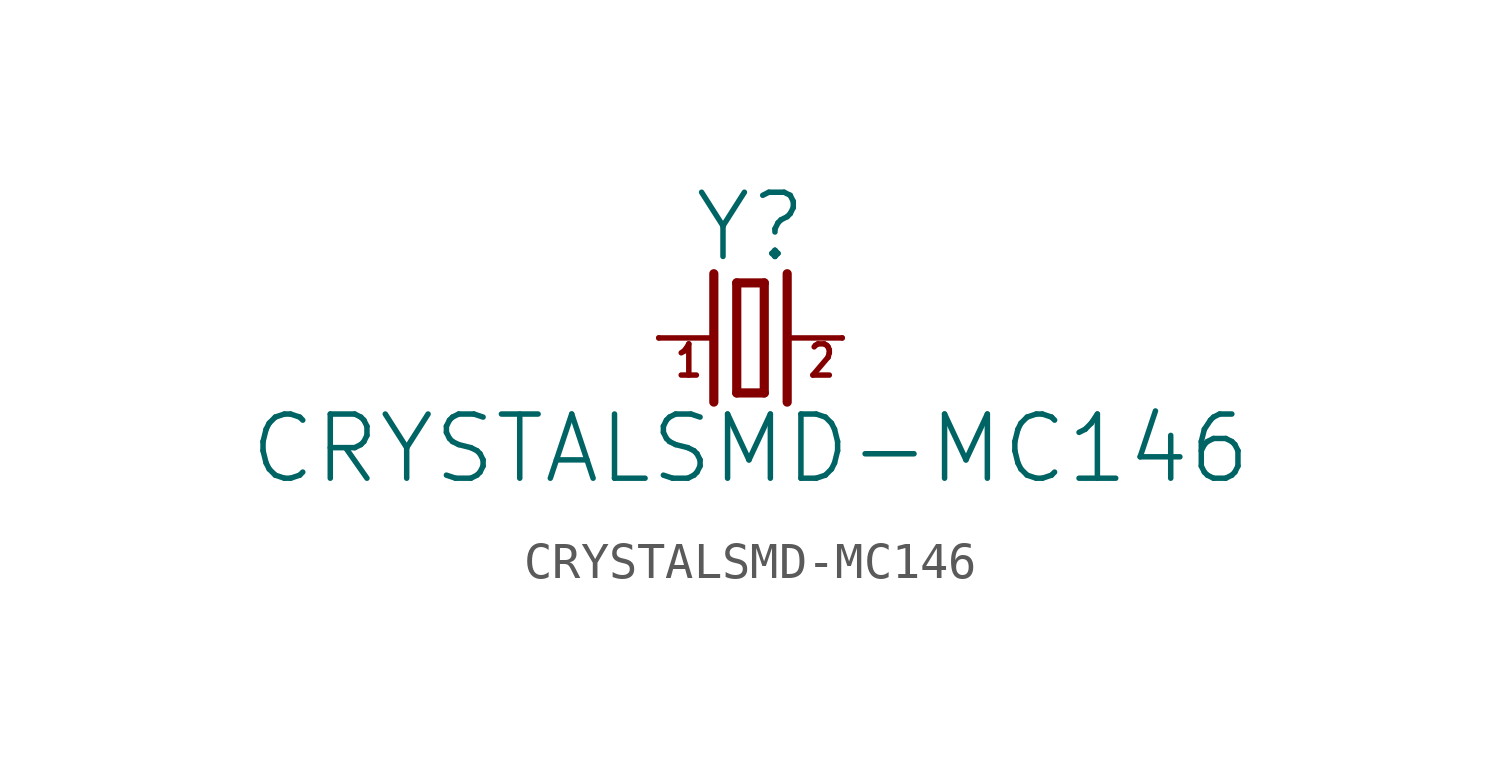
<source format=kicad_sym>
(kicad_symbol_lib
  (version 20211014)
  (generator kicad_symbol_editor)
  (symbol "CRYSTALSMD-MC146"
    (property "Reference" "Y"
      (at 0 2.032 0)
      (effects (font (size 1.778 1.778)) (justify bottom)))
    (property "Value" "CRYSTALSMD-MC146"
      (at 0 -2.032 0)
      (effects (font (size 1.778 1.778)) (justify top)))
    (property "ki_locked" ""
      (at 0 0 0)
      (effects (font (size 1.27 1.27))))
    (symbol "CRYSTALSMD-MC146_1_0"
      (polyline (pts (xy -2.54 0) (xy -1.016 0)) (stroke (width 0.152) (type default) (color 0 0 0 0)) (fill (type none)))
      (polyline (pts (xy -1.016 1.778) (xy -1.016 -1.778)) (stroke (width 0.254) (type default) (color 0 0 0 0)) (fill (type none)))
      (polyline (pts (xy -0.381 -1.524) (xy 0.381 -1.524)) (stroke (width 0.254) (type default) (color 0 0 0 0)) (fill (type none)))
      (polyline (pts (xy -0.381 1.524) (xy -0.381 -1.524)) (stroke (width 0.254) (type default) (color 0 0 0 0)) (fill (type none)))
      (polyline (pts (xy 0.381 -1.524) (xy 0.381 1.524)) (stroke (width 0.254) (type default) (color 0 0 0 0)) (fill (type none)))
      (polyline (pts (xy 0.381 1.524) (xy -0.381 1.524)) (stroke (width 0.254) (type default) (color 0 0 0 0)) (fill (type none)))
      (polyline (pts (xy 1.016 0) (xy 2.54 0)) (stroke (width 0.152) (type default) (color 0 0 0 0)) (fill (type none)))
      (polyline (pts (xy 1.016 1.778) (xy 1.016 -1.778)) (stroke (width 0.254) (type default) (color 0 0 0 0)) (fill (type none)))
      (text "1" (at -2.159 -1.143 0) (effects (font (size 0.864 0.734)) (justify left bottom)))
      (text "2" (at 1.524 -1.143 0) (effects (font (size 0.864 0.734)) (justify left bottom)))
      (pin passive line (at 2.54 0 180) (length 0) (name "2" (effects (font (size 0 0)))) (number "P$1" (effects (font (size 0 0)))))
      (pin passive line (at -2.54 0 0) (length 0) (name "1" (effects (font (size 0 0)))) (number "P$2" (effects (font (size 0 0))))))))
</source>
